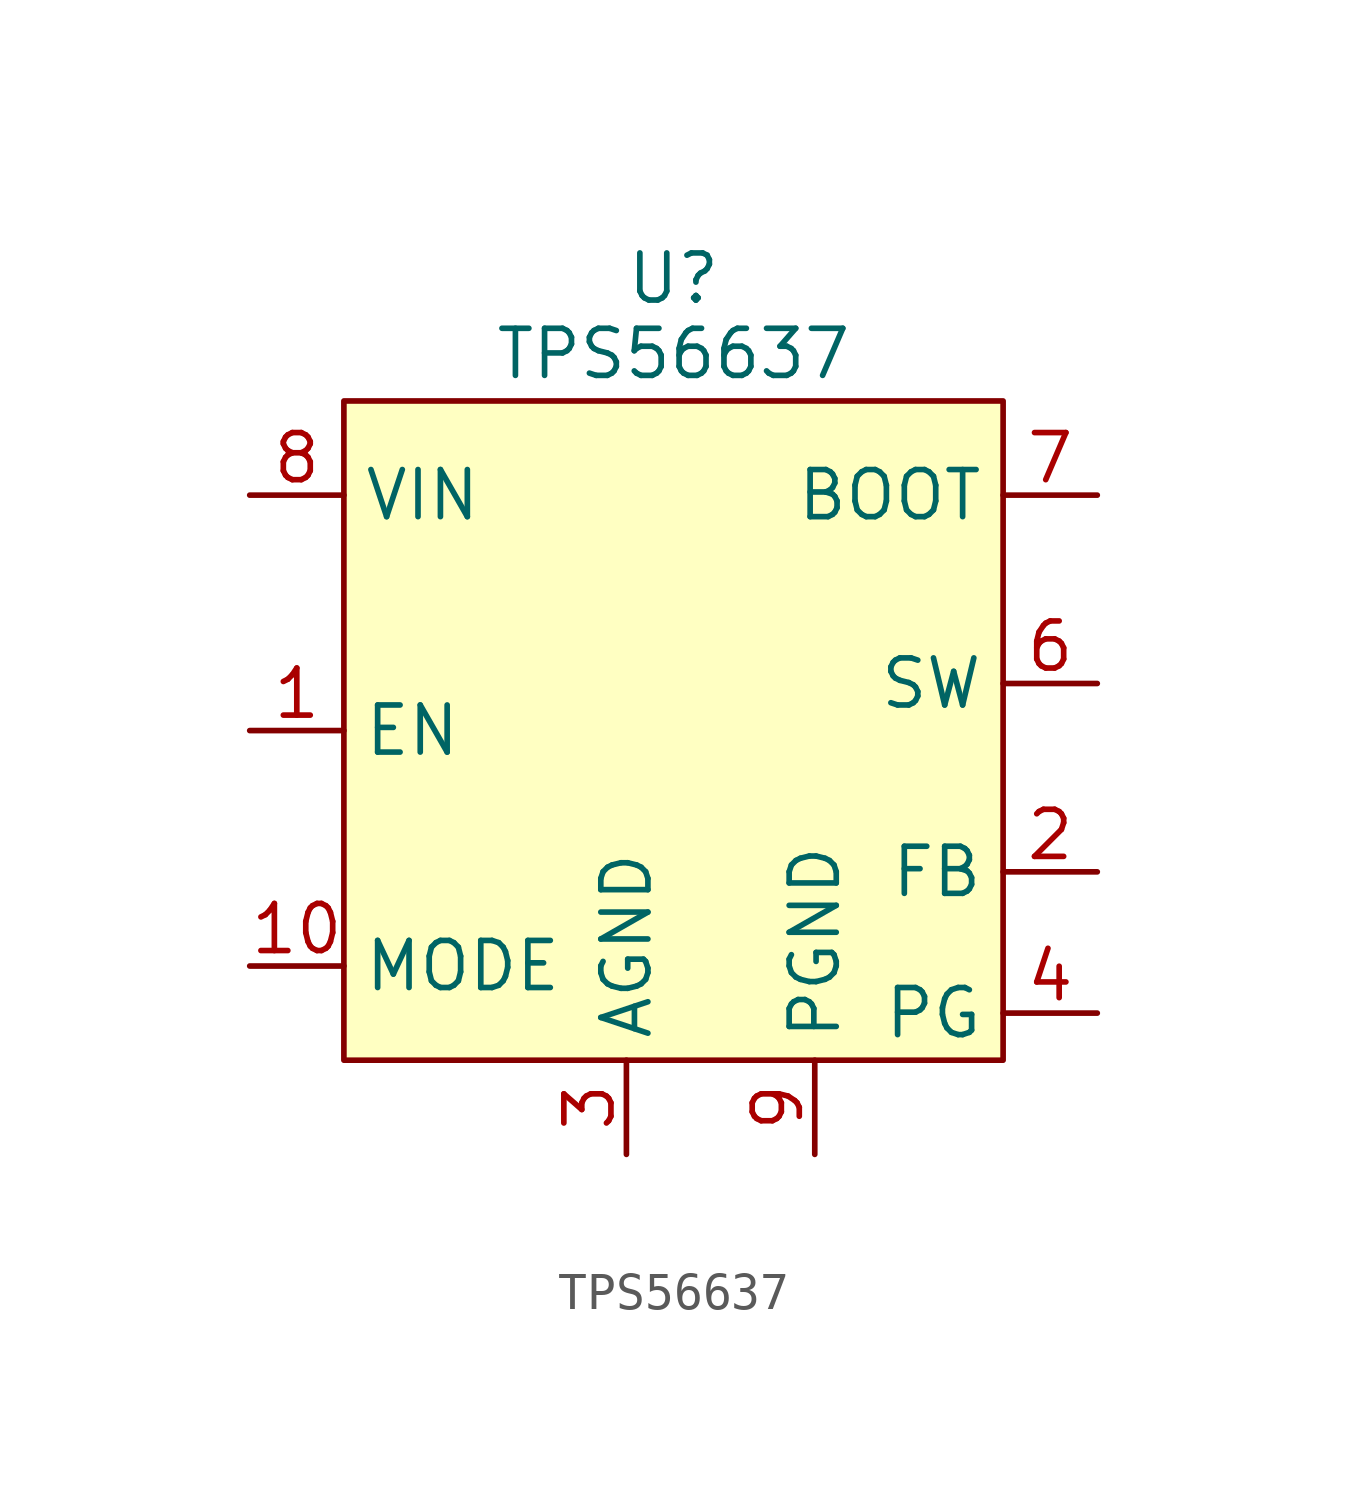
<source format=kicad_sym>
(kicad_symbol_lib
  (version 20241209)
  (generator "kicad_symbol_editor")
  (generator_version "9.0")
  (symbol "TPS56637"
    (property "Reference" "U"
      (at 0 12.192 0)
      (effects (font (size 1.27 1.27))))
    (property "Value" "TPS56637"
      (at 0 10.16 0)
      (effects (font (size 1.27 1.27))))
    (symbol "TPS56637_0_1"
      (rectangle (start -8.89 8.89) (end 8.89 -8.89) (stroke (width 0) (type default)) (fill (type background))))
    (symbol "TPS56637_1_1"
      (pin power_in line (at -11.43 6.35 0) (length 2.54) (name "VIN" (effects (font (size 1.27 1.27)))) (number "8" (effects (font (size 1.27 1.27)))))
      (pin input line (at -11.43 0 0) (length 2.54) (name "EN" (effects (font (size 1.27 1.27)))) (number "1" (effects (font (size 1.27 1.27)))))
      (pin input line (at -11.43 -6.35 0) (length 2.54) (name "MODE" (effects (font (size 1.27 1.27)))) (number "10" (effects (font (size 1.27 1.27)))))
      (pin power_out line (at -1.27 -11.43 90) (length 2.54) (name "AGND" (effects (font (size 1.27 1.27)))) (number "3" (effects (font (size 1.27 1.27)))))
      (pin power_out line (at 3.81 -11.43 90) (length 2.54) (name "PGND" (effects (font (size 1.27 1.27)))) (number "9" (effects (font (size 1.27 1.27)))))
      (pin input line (at 11.43 6.35 180) (length 2.54) (name "BOOT" (effects (font (size 1.27 1.27)))) (number "7" (effects (font (size 1.27 1.27)))))
      (pin output line (at 11.43 1.27 180) (length 2.54) (name "SW" (effects (font (size 1.27 1.27)))) (number "6" (effects (font (size 1.27 1.27)))))
      (pin input line (at 11.43 -3.81 180) (length 2.54) (name "FB" (effects (font (size 1.27 1.27)))) (number "2" (effects (font (size 1.27 1.27)))))
      (pin output line (at 11.43 -7.62 180) (length 2.54) (name "PG" (effects (font (size 1.27 1.27)))) (number "4" (effects (font (size 1.27 1.27))))))))
</source>
